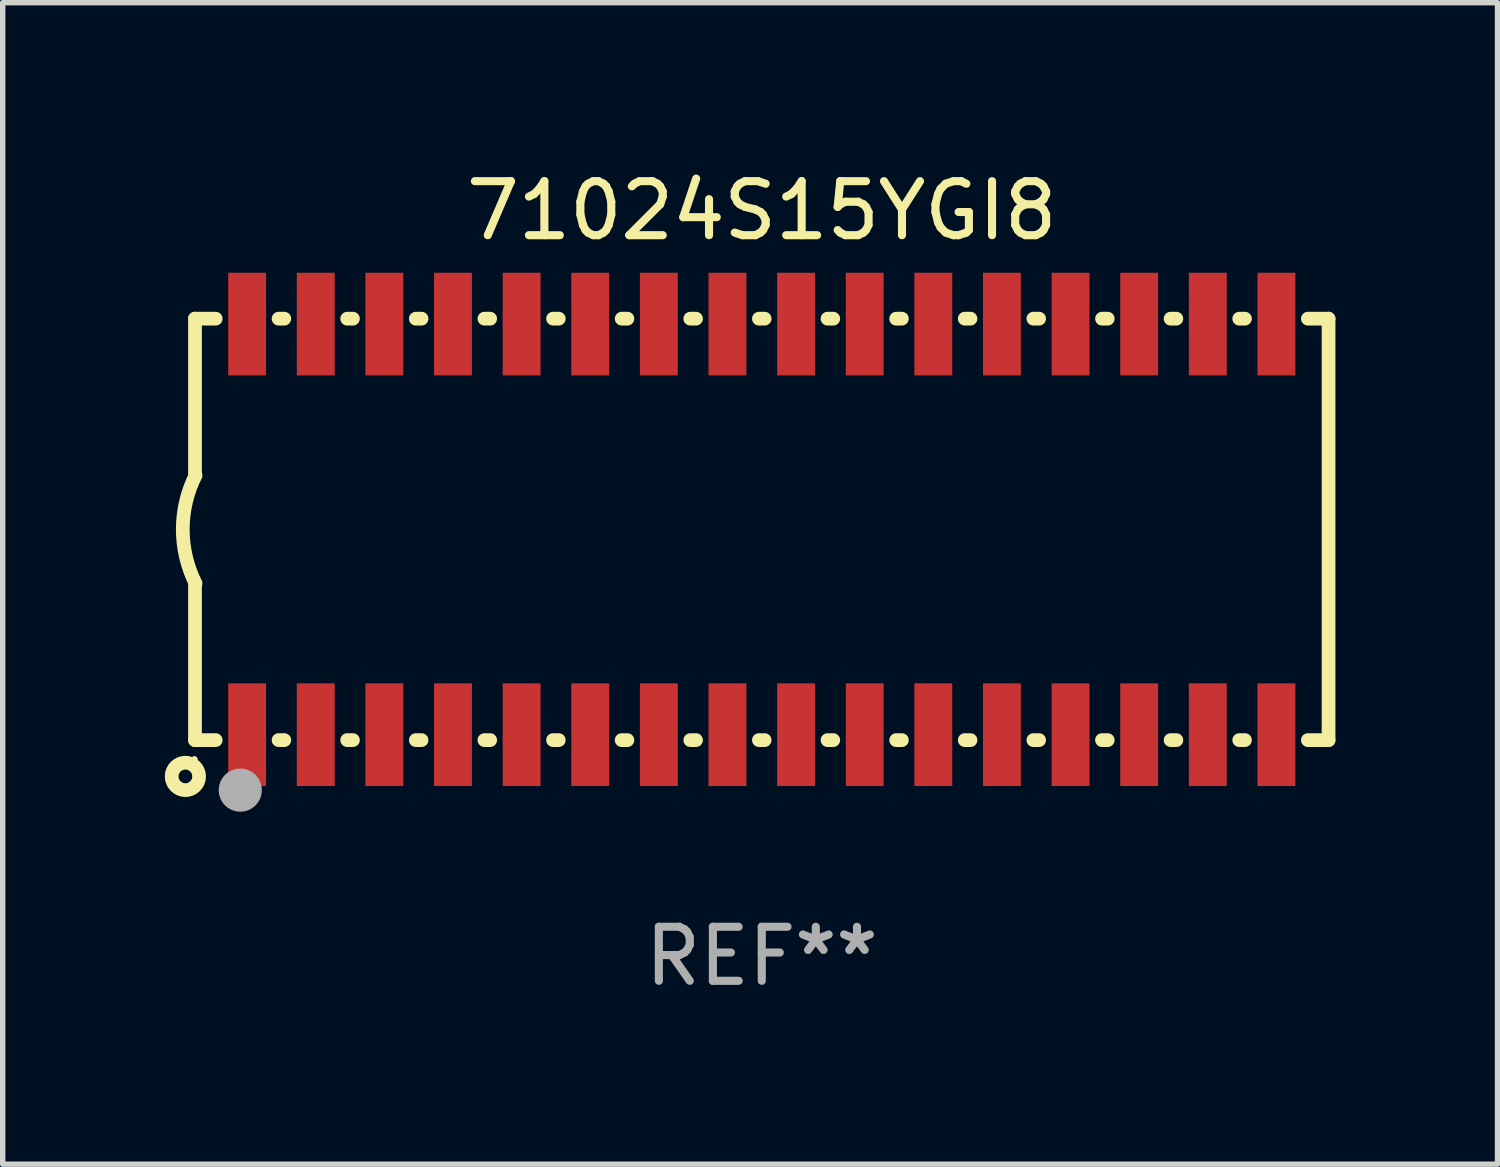
<source format=kicad_pcb>
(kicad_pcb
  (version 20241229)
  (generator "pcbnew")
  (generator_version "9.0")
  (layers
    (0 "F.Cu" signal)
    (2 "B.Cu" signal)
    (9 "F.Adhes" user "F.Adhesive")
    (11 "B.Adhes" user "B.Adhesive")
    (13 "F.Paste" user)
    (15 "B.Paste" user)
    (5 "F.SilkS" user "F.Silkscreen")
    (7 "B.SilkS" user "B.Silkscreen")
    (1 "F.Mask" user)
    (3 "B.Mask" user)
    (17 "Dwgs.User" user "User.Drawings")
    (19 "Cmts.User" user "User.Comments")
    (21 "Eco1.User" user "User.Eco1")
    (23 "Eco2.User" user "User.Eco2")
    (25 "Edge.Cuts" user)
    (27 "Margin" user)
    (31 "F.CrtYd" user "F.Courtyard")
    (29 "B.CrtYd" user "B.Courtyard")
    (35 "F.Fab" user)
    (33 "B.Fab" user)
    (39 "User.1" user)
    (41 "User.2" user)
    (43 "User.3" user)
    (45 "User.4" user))
  (footprint "71024S15YGI8"
    (layer "F.Cu")
    (at 11.049 6.748)
    (property "Reference" "71024S15YGI8" (at 0 -5.9 0) (layer "F.SilkS") (effects (font (size 1 1) (thickness 0.15))))
    (attr through_hole)
    (fp_line (start -10.49 -3.9) (end -10.107 -3.9) (stroke (width 0.254) (type solid)) (layer "F.SilkS"))
    (fp_line (start -10.49 -0.991) (end -10.49 -3.9) (stroke (width 0.254) (type solid)) (layer "F.SilkS"))
    (fp_line (start -10.49 3.9) (end -10.49 0.991) (stroke (width 0.254) (type solid)) (layer "F.SilkS"))
    (fp_line (start -10.49 3.9) (end -10.107 3.9) (stroke (width 0.254) (type solid)) (layer "F.SilkS"))
    (fp_line (start -8.943 -3.9) (end -8.837 -3.9) (stroke (width 0.254) (type solid)) (layer "F.SilkS"))
    (fp_line (start -8.943 3.9) (end -8.837 3.9) (stroke (width 0.254) (type solid)) (layer "F.SilkS"))
    (fp_line (start -7.673 -3.9) (end -7.567 -3.9) (stroke (width 0.254) (type solid)) (layer "F.SilkS"))
    (fp_line (start -7.673 3.9) (end -7.567 3.9) (stroke (width 0.254) (type solid)) (layer "F.SilkS"))
    (fp_line (start -6.403 -3.9) (end -6.297 -3.9) (stroke (width 0.254) (type solid)) (layer "F.SilkS"))
    (fp_line (start -6.403 3.9) (end -6.297 3.9) (stroke (width 0.254) (type solid)) (layer "F.SilkS"))
    (fp_line (start -5.133 -3.9) (end -5.027 -3.9) (stroke (width 0.254) (type solid)) (layer "F.SilkS"))
    (fp_line (start -5.133 3.9) (end -5.027 3.9) (stroke (width 0.254) (type solid)) (layer "F.SilkS"))
    (fp_line (start -3.863 -3.9) (end -3.757 -3.9) (stroke (width 0.254) (type solid)) (layer "F.SilkS"))
    (fp_line (start -3.863 3.9) (end -3.757 3.9) (stroke (width 0.254) (type solid)) (layer "F.SilkS"))
    (fp_line (start -2.593 -3.9) (end -2.487 -3.9) (stroke (width 0.254) (type solid)) (layer "F.SilkS"))
    (fp_line (start -2.593 3.9) (end -2.487 3.9) (stroke (width 0.254) (type solid)) (layer "F.SilkS"))
    (fp_line (start -1.323 -3.9) (end -1.217 -3.9) (stroke (width 0.254) (type solid)) (layer "F.SilkS"))
    (fp_line (start -1.323 3.9) (end -1.217 3.9) (stroke (width 0.254) (type solid)) (layer "F.SilkS"))
    (fp_line (start -0.053 -3.9) (end 0.053 -3.9) (stroke (width 0.254) (type solid)) (layer "F.SilkS"))
    (fp_line (start -0.053 3.9) (end 0.053 3.9) (stroke (width 0.254) (type solid)) (layer "F.SilkS"))
    (fp_line (start 1.217 -3.9) (end 1.323 -3.9) (stroke (width 0.254) (type solid)) (layer "F.SilkS"))
    (fp_line (start 1.217 3.9) (end 1.323 3.9) (stroke (width 0.254) (type solid)) (layer "F.SilkS"))
    (fp_line (start 2.487 -3.9) (end 2.593 -3.9) (stroke (width 0.254) (type solid)) (layer "F.SilkS"))
    (fp_line (start 2.487 3.9) (end 2.593 3.9) (stroke (width 0.254) (type solid)) (layer "F.SilkS"))
    (fp_line (start 3.757 -3.9) (end 3.863 -3.9) (stroke (width 0.254) (type solid)) (layer "F.SilkS"))
    (fp_line (start 3.757 3.9) (end 3.863 3.9) (stroke (width 0.254) (type solid)) (layer "F.SilkS"))
    (fp_line (start 5.027 -3.9) (end 5.133 -3.9) (stroke (width 0.254) (type solid)) (layer "F.SilkS"))
    (fp_line (start 5.027 3.9) (end 5.133 3.9) (stroke (width 0.254) (type solid)) (layer "F.SilkS"))
    (fp_line (start 6.297 -3.9) (end 6.403 -3.9) (stroke (width 0.254) (type solid)) (layer "F.SilkS"))
    (fp_line (start 6.297 3.9) (end 6.403 3.9) (stroke (width 0.254) (type solid)) (layer "F.SilkS"))
    (fp_line (start 7.567 -3.9) (end 7.673 -3.9) (stroke (width 0.254) (type solid)) (layer "F.SilkS"))
    (fp_line (start 7.567 3.9) (end 7.673 3.9) (stroke (width 0.254) (type solid)) (layer "F.SilkS"))
    (fp_line (start 8.837 -3.9) (end 8.943 -3.9) (stroke (width 0.254) (type solid)) (layer "F.SilkS"))
    (fp_line (start 8.837 3.9) (end 8.943 3.9) (stroke (width 0.254) (type solid)) (layer "F.SilkS"))
    (fp_line (start 10.107 -3.9) (end 10.49 -3.9) (stroke (width 0.254) (type solid)) (layer "F.SilkS"))
    (fp_line (start 10.107 3.9) (end 10.49 3.9) (stroke (width 0.254) (type solid)) (layer "F.SilkS"))
    (fp_line (start 10.49 -3.9) (end 10.49 3.9) (stroke (width 0.254) (type solid)) (layer "F.SilkS"))
    (fp_arc (start -10.48 1) (mid -10.716068 0) (end -10.48 -1) (stroke (width 0.254001) (type solid)) (layer "F.SilkS"))
    (fp_circle (center -10.668 4.572) (end -10.414 4.572) (stroke (width 0.254) (type solid)) (fill no) (layer "F.SilkS"))
    (fp_circle (center -10.5 4.255) (end -10.47 4.255) (stroke (width 0.06) (type solid)) (fill no) (layer "F.SilkS"))
    (fp_circle (center -9.652 4.826) (end -9.452 4.826) (stroke (width 0.4) (type solid)) (fill no) (layer "F.Fab"))
    (fp_text user "REF**" (at 0 7.9 0) (layer "F.Fab") (effects (font (size 1 1) (thickness 0.15))))
    (pad "1" smd rect (at -9.525 3.8) (size 0.701 1.9) (layers "F.Cu" "F.Mask" "F.Paste"))
    (pad "2" smd rect (at -8.255 3.8) (size 0.701 1.9) (layers "F.Cu" "F.Mask" "F.Paste"))
    (pad "3" smd rect (at -6.985 3.8) (size 0.701 1.9) (layers "F.Cu" "F.Mask" "F.Paste"))
    (pad "4" smd rect (at -5.715 3.8) (size 0.701 1.9) (layers "F.Cu" "F.Mask" "F.Paste"))
    (pad "5" smd rect (at -4.445 3.8) (size 0.701 1.9) (layers "F.Cu" "F.Mask" "F.Paste"))
    (pad "6" smd rect (at -3.175 3.8) (size 0.701 1.9) (layers "F.Cu" "F.Mask" "F.Paste"))
    (pad "7" smd rect (at -1.905 3.8) (size 0.701 1.9) (layers "F.Cu" "F.Mask" "F.Paste"))
    (pad "8" smd rect (at -0.635 3.8) (size 0.701 1.9) (layers "F.Cu" "F.Mask" "F.Paste"))
    (pad "9" smd rect (at 0.635 3.8) (size 0.701 1.9) (layers "F.Cu" "F.Mask" "F.Paste"))
    (pad "10" smd rect (at 1.905 3.8) (size 0.701 1.9) (layers "F.Cu" "F.Mask" "F.Paste"))
    (pad "11" smd rect (at 3.175 3.8) (size 0.701 1.9) (layers "F.Cu" "F.Mask" "F.Paste"))
    (pad "12" smd rect (at 4.445 3.8) (size 0.701 1.9) (layers "F.Cu" "F.Mask" "F.Paste"))
    (pad "13" smd rect (at 5.715 3.8) (size 0.701 1.9) (layers "F.Cu" "F.Mask" "F.Paste"))
    (pad "14" smd rect (at 6.985 3.8) (size 0.701 1.9) (layers "F.Cu" "F.Mask" "F.Paste"))
    (pad "15" smd rect (at 8.255 3.8) (size 0.701 1.9) (layers "F.Cu" "F.Mask" "F.Paste"))
    (pad "16" smd rect (at 9.525 3.8) (size 0.701 1.9) (layers "F.Cu" "F.Mask" "F.Paste"))
    (pad "17" smd rect (at 9.525 -3.8 180) (size 0.701 1.9) (layers "F.Cu" "F.Mask" "F.Paste"))
    (pad "18" smd rect (at 8.255 -3.8 180) (size 0.701 1.9) (layers "F.Cu" "F.Mask" "F.Paste"))
    (pad "19" smd rect (at 6.985 -3.8 180) (size 0.701 1.9) (layers "F.Cu" "F.Mask" "F.Paste"))
    (pad "20" smd rect (at 5.715 -3.8 180) (size 0.701 1.9) (layers "F.Cu" "F.Mask" "F.Paste"))
    (pad "21" smd rect (at 4.445 -3.8 180) (size 0.701 1.9) (layers "F.Cu" "F.Mask" "F.Paste"))
    (pad "22" smd rect (at 3.175 -3.8 180) (size 0.701 1.9) (layers "F.Cu" "F.Mask" "F.Paste"))
    (pad "23" smd rect (at 1.905 -3.8 180) (size 0.701 1.9) (layers "F.Cu" "F.Mask" "F.Paste"))
    (pad "24" smd rect (at 0.635 -3.8 180) (size 0.701 1.9) (layers "F.Cu" "F.Mask" "F.Paste"))
    (pad "25" smd rect (at -0.635 -3.8 180) (size 0.701 1.9) (layers "F.Cu" "F.Mask" "F.Paste"))
    (pad "26" smd rect (at -1.905 -3.8 180) (size 0.701 1.9) (layers "F.Cu" "F.Mask" "F.Paste"))
    (pad "27" smd rect (at -3.175 -3.8 180) (size 0.701 1.9) (layers "F.Cu" "F.Mask" "F.Paste"))
    (pad "28" smd rect (at -4.445 -3.8 180) (size 0.701 1.9) (layers "F.Cu" "F.Mask" "F.Paste"))
    (pad "29" smd rect (at -5.715 -3.8 180) (size 0.701 1.9) (layers "F.Cu" "F.Mask" "F.Paste"))
    (pad "30" smd rect (at -6.985 -3.8 180) (size 0.701 1.9) (layers "F.Cu" "F.Mask" "F.Paste"))
    (pad "31" smd rect (at -8.255 -3.8 180) (size 0.701 1.9) (layers "F.Cu" "F.Mask" "F.Paste"))
    (pad "32" smd rect (at -9.525 -3.8 180) (size 0.701 1.9) (layers "F.Cu" "F.Mask" "F.Paste")))
  (gr_rect
    (start -3 -3)
    (end 24.666 18.497)
    (stroke (width 0.1) (type default))
    (fill no)
    (layer "Edge.Cuts")))
</source>
